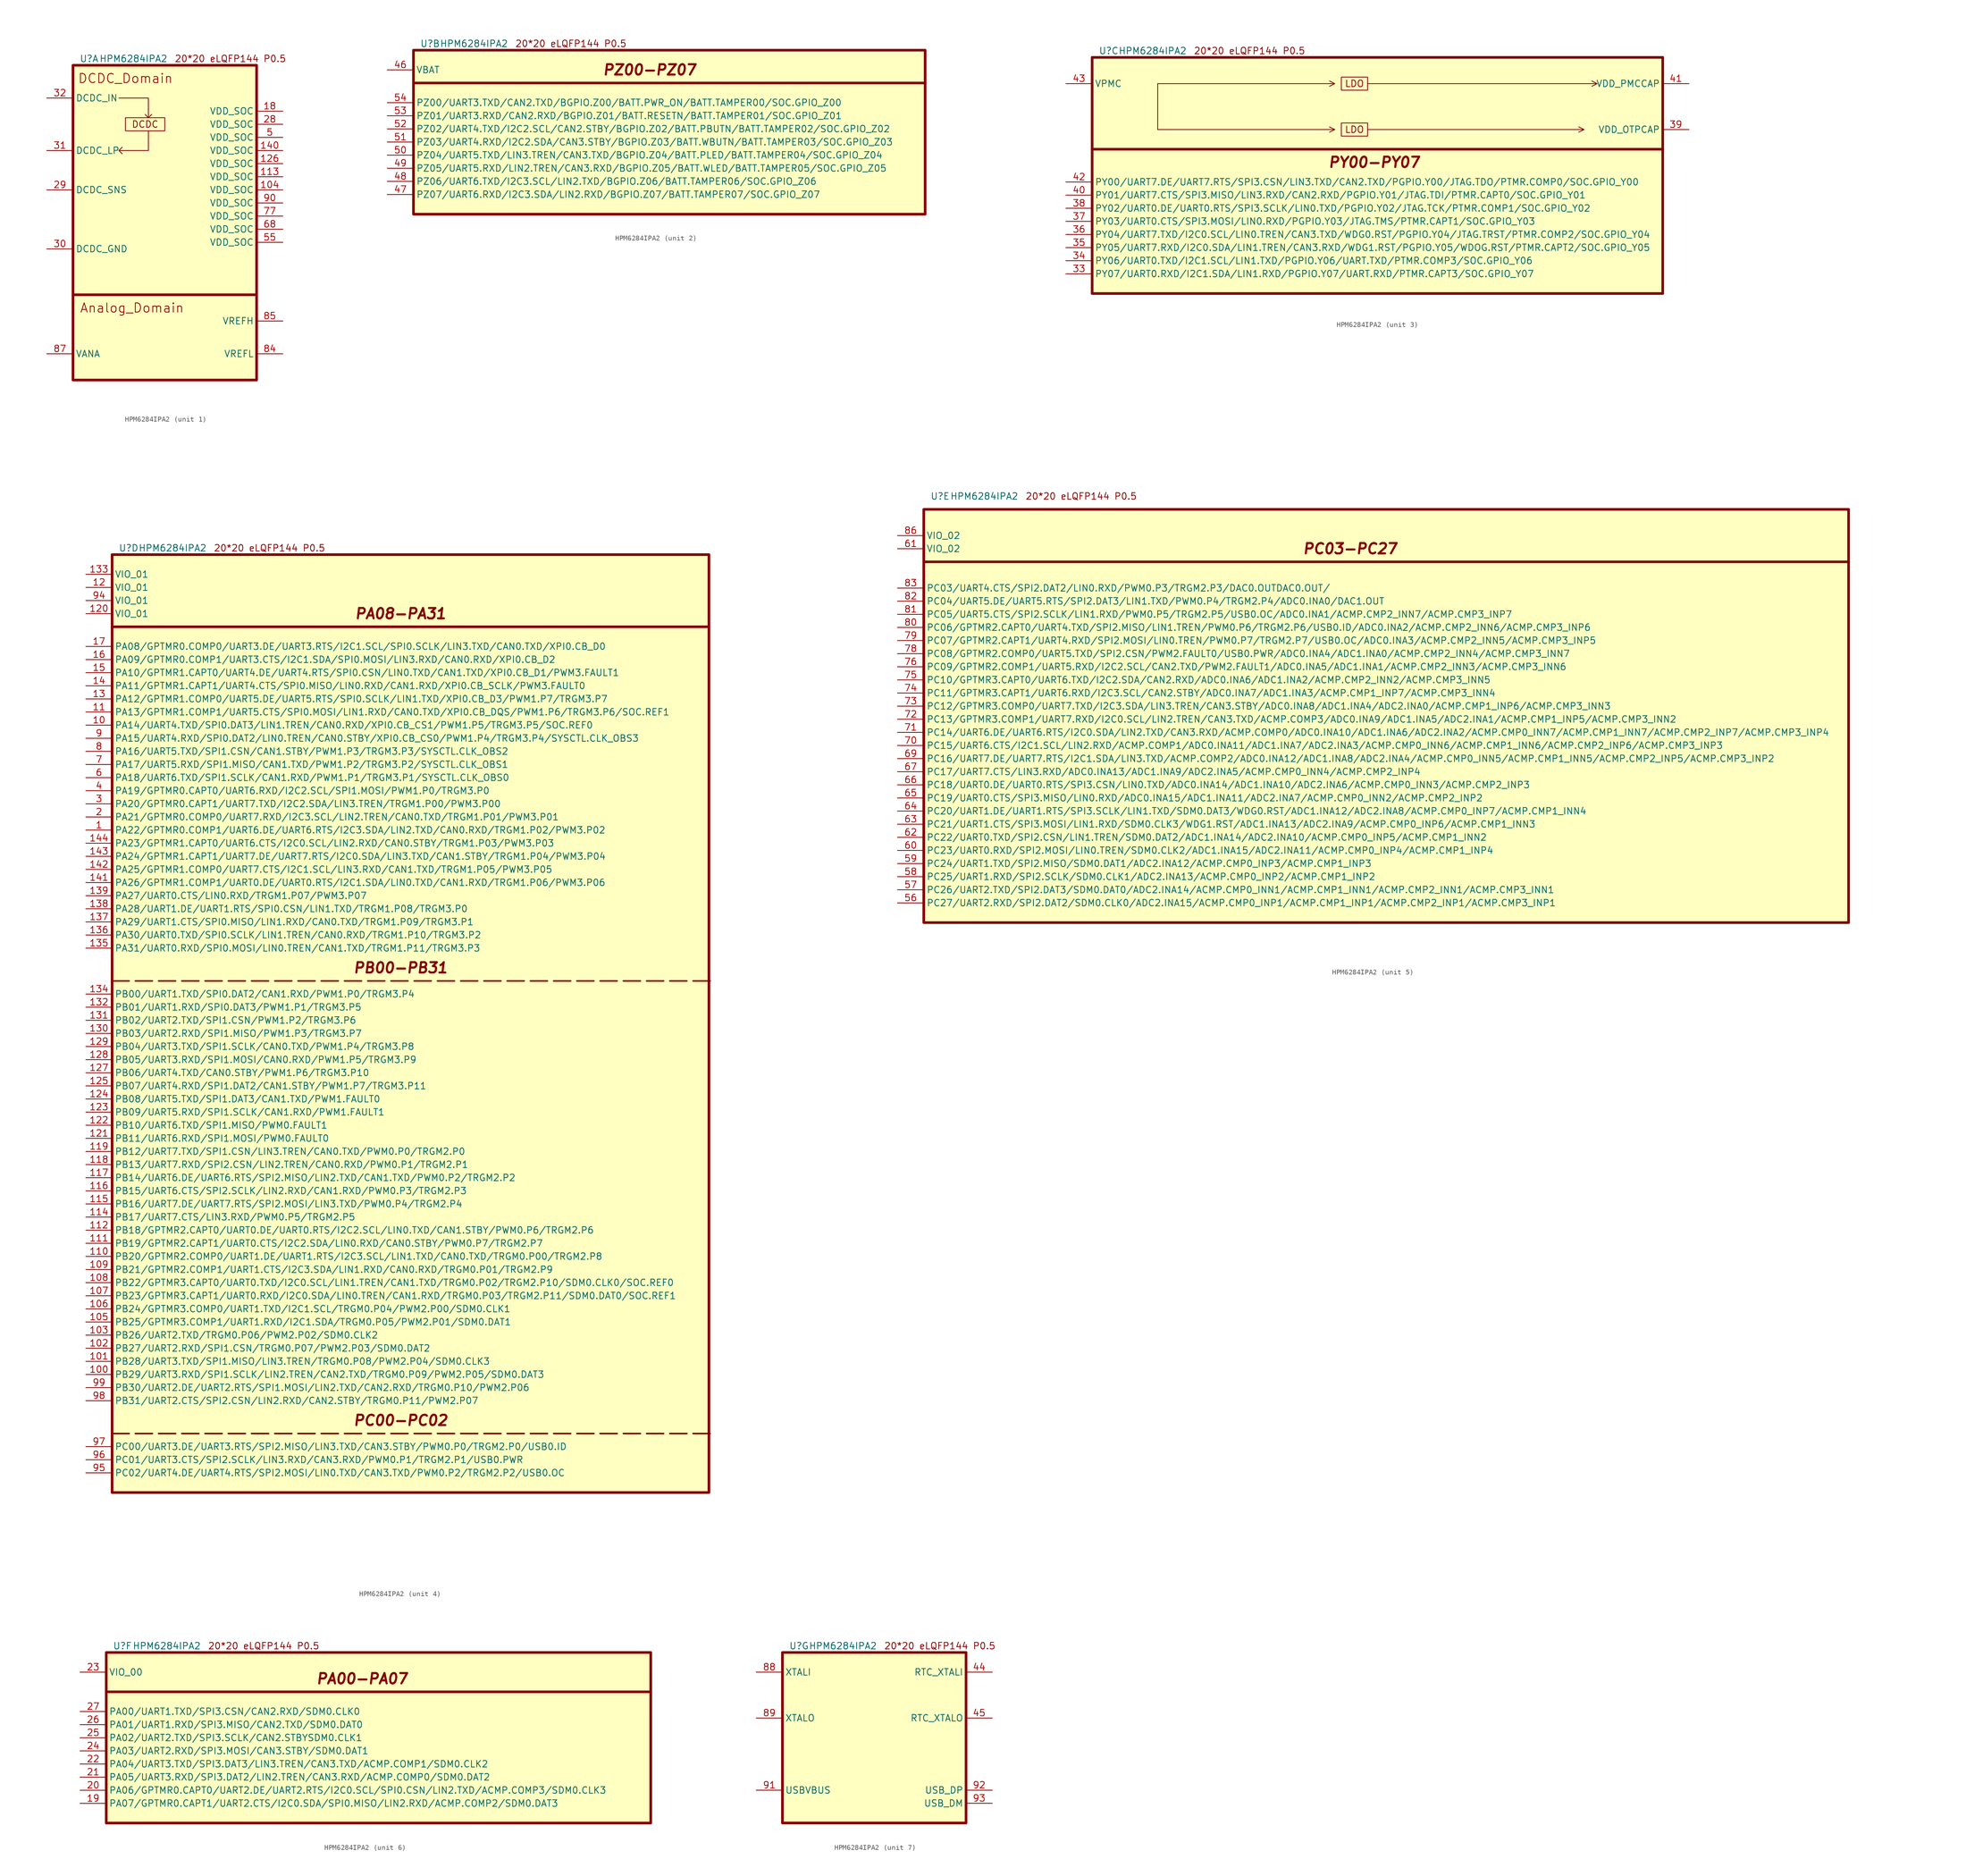
<source format=kicad_sym>
(kicad_symbol_lib
  (version 20220914)
  (generator kicad_symbol_editor)
  (symbol "HPM6284IPA2"
    (property "Reference" "U"
      (at 1.27 1.27 0)
      (effects (font (size 1.27 1.27)) (justify left)))
    (property "Value" "HPM6284IPA2"
      (at 5.08 1.27 0)
      (effects (font (size 1.27 1.27)) (justify left)))
    (property "ki_locked" ""
      (at 0 0 0)
      (effects (font (size 1.27 1.27))))
    (symbol "HPM6284IPA2_0_0"
      (text "20*20 eLQFP144 P0.5" (at 30.48 1.27 0) (effects (font (size 1.27 1.27)))))
    (symbol "HPM6284IPA2_1_1"
      (polyline (pts (xy 0 -44.45) (xy 35.56 -44.45)) (stroke (width 0.508) (type default)) (fill (type none)))
      (polyline (pts (xy 8.89 -6.35) (xy 14.605 -6.35) (xy 14.605 -10.16) (xy 13.97 -9.525) (xy 14.605 -10.16) (xy 15.24 -9.525)) (stroke (width 0) (type default)) (fill (type none)))
      (polyline (pts (xy 14.605 -12.7) (xy 14.605 -16.51) (xy 8.89 -16.51) (xy 9.525 -15.875) (xy 8.89 -16.51) (xy 9.525 -17.145)) (stroke (width 0) (type default)) (fill (type none)))
      (rectangle (start 0 0) (end 35.56 -60.96) (stroke (width 0.508) (type default)) (fill (type background)))
      (rectangle (start 10.16 -10.16) (end 17.78 -12.7) (stroke (width 0) (type default)) (fill (type none)))
      (text "Analog_Domain" (at 11.43 -46.99 0) (effects (font (size 1.778 1.778))))
      (text "DCDC" (at 13.97 -11.43 0) (effects (font (size 1.27 1.27))))
      (text "DCDC_Domain" (at 10.16 -2.54 0) (effects (font (size 1.778 1.778))))
      (pin power_in line (at 40.64 -24.13 180) (length 5.08) (name "VDD_SOC" (effects (font (size 1.27 1.27)))) (number "104" (effects (font (size 1.27 1.27)))))
      (pin power_in line (at 40.64 -21.59 180) (length 5.08) (name "VDD_SOC" (effects (font (size 1.27 1.27)))) (number "113" (effects (font (size 1.27 1.27)))))
      (pin power_in line (at 40.64 -19.05 180) (length 5.08) (name "VDD_SOC" (effects (font (size 1.27 1.27)))) (number "126" (effects (font (size 1.27 1.27)))))
      (pin power_in line (at 40.64 -16.51 180) (length 5.08) (name "VDD_SOC" (effects (font (size 1.27 1.27)))) (number "140" (effects (font (size 1.27 1.27)))))
      (pin power_in line (at 40.64 -8.89 180) (length 5.08) (name "VDD_SOC" (effects (font (size 1.27 1.27)))) (number "18" (effects (font (size 1.27 1.27)))))
      (pin power_in line (at 40.64 -11.43 180) (length 5.08) (name "VDD_SOC" (effects (font (size 1.27 1.27)))) (number "28" (effects (font (size 1.27 1.27)))))
      (pin input line (at -5.08 -24.13 0) (length 5.08) (name "DCDC_SNS" (effects (font (size 1.27 1.27)))) (number "29" (effects (font (size 1.27 1.27)))))
      (pin power_out line (at -5.08 -35.56 0) (length 5.08) (name "DCDC_GND" (effects (font (size 1.27 1.27)))) (number "30" (effects (font (size 1.27 1.27)))))
      (pin power_out line (at -5.08 -16.51 0) (length 5.08) (name "DCDC_LP" (effects (font (size 1.27 1.27)))) (number "31" (effects (font (size 1.27 1.27)))))
      (pin power_in line (at -5.08 -6.35 0) (length 5.08) (name "DCDC_IN" (effects (font (size 1.27 1.27)))) (number "32" (effects (font (size 1.27 1.27)))))
      (pin power_in line (at 40.64 -13.97 180) (length 5.08) (name "VDD_SOC" (effects (font (size 1.27 1.27)))) (number "5" (effects (font (size 1.27 1.27)))))
      (pin power_in line (at 40.64 -34.29 180) (length 5.08) (name "VDD_SOC" (effects (font (size 1.27 1.27)))) (number "55" (effects (font (size 1.27 1.27)))))
      (pin power_in line (at 40.64 -31.75 180) (length 5.08) (name "VDD_SOC" (effects (font (size 1.27 1.27)))) (number "68" (effects (font (size 1.27 1.27)))))
      (pin power_in line (at 40.64 -29.21 180) (length 5.08) (name "VDD_SOC" (effects (font (size 1.27 1.27)))) (number "77" (effects (font (size 1.27 1.27)))))
      (pin power_out line (at 40.64 -55.88 180) (length 5.08) (name "VREFL" (effects (font (size 1.27 1.27)))) (number "84" (effects (font (size 1.27 1.27)))))
      (pin power_in line (at 40.64 -49.53 180) (length 5.08) (name "VREFH" (effects (font (size 1.27 1.27)))) (number "85" (effects (font (size 1.27 1.27)))))
      (pin power_in line (at -5.08 -55.88 0) (length 5.08) (name "VANA" (effects (font (size 1.27 1.27)))) (number "87" (effects (font (size 1.27 1.27)))))
      (pin power_in line (at 40.64 -26.67 180) (length 5.08) (name "VDD_SOC" (effects (font (size 1.27 1.27)))) (number "90" (effects (font (size 1.27 1.27))))))
    (symbol "HPM6284IPA2_2_1"
      (polyline (pts (xy 0 -6.35) (xy 99.06 -6.35)) (stroke (width 0.5) (type default)) (fill (type none)))
      (rectangle (start 0 0) (end 99.06 -31.75) (stroke (width 0.508) (type default)) (fill (type background)))
      (text "PZ00-PZ07" (at 45.72 -3.81 0) (effects (font (face "KiCad Font") (size 2 2) bold italic)))
      (pin power_in line (at -5.08 -3.81 0) (length 5.08) (name "VBAT" (effects (font (size 1.27 1.27)))) (number "46" (effects (font (size 1.27 1.27)))))
      (pin bidirectional line (at -5.08 -27.94 0) (length 5.08) (name "PZ07/UART6.RXD/I2C3.SDA/LIN2.RXD/BGPIO.Z07/BATT.TAMPER07/SOC.GPIO_Z07" (effects (font (size 1.27 1.27)))) (number "47" (effects (font (size 1.27 1.27)))))
      (pin bidirectional line (at -5.08 -25.4 0) (length 5.08) (name "PZ06/UART6.TXD/I2C3.SCL/LIN2.TXD/BGPIO.Z06/BATT.TAMPER06/SOC.GPIO_Z06" (effects (font (size 1.27 1.27)))) (number "48" (effects (font (size 1.27 1.27)))))
      (pin bidirectional line (at -5.08 -22.86 0) (length 5.08) (name "PZ05/UART5.RXD/LIN2.TREN/CAN3.RXD/BGPIO.Z05/BATT.WLED/BATT.TAMPER05/SOC.GPIO_Z05" (effects (font (size 1.27 1.27)))) (number "49" (effects (font (size 1.27 1.27)))))
      (pin bidirectional line (at -5.08 -20.32 0) (length 5.08) (name "PZ04/UART5.TXD/LIN3.TREN/CAN3.TXD/BGPIO.Z04/BATT.PLED/BATT.TAMPER04/SOC.GPIO_Z04" (effects (font (size 1.27 1.27)))) (number "50" (effects (font (size 1.27 1.27)))))
      (pin bidirectional line (at -5.08 -17.78 0) (length 5.08) (name "PZ03/UART4.RXD/I2C2.SDA/CAN3.STBY/BGPIO.Z03/BATT.WBUTN/BATT.TAMPER03/SOC.GPIO_Z03" (effects (font (size 1.27 1.27)))) (number "51" (effects (font (size 1.27 1.27)))))
      (pin bidirectional line (at -5.08 -15.24 0) (length 5.08) (name "PZ02/UART4.TXD/I2C2.SCL/CAN2.STBY/BGPIO.Z02/BATT.PBUTN/BATT.TAMPER02/SOC.GPIO_Z02" (effects (font (size 1.27 1.27)))) (number "52" (effects (font (size 1.27 1.27)))))
      (pin bidirectional line (at -5.08 -12.7 0) (length 5.08) (name "PZ01/UART3.RXD/CAN2.RXD/BGPIO.Z01/BATT.RESETN/BATT.TAMPER01/SOC.GPIO_Z01" (effects (font (size 1.27 1.27)))) (number "53" (effects (font (size 1.27 1.27)))))
      (pin bidirectional line (at -5.08 -10.16 0) (length 5.08) (name "PZ00/UART3.TXD/CAN2.TXD/BGPIO.Z00/BATT.PWR_ON/BATT.TAMPER00/SOC.GPIO_Z00" (effects (font (size 1.27 1.27)))) (number "54" (effects (font (size 1.27 1.27))))))
    (symbol "HPM6284IPA2_3_0"
      (polyline (pts (xy 12.7 -13.97) (xy 46.99 -13.97) (xy 45.974 -13.462) (xy 46.99 -13.97) (xy 45.974 -14.478)) (stroke (width 0) (type default)) (fill (type none)))
      (polyline (pts (xy 12.7 -5.08) (xy 46.99 -5.08) (xy 45.974 -4.572) (xy 46.99 -5.08) (xy 45.974 -5.588)) (stroke (width 0) (type default)) (fill (type none)))
      (polyline (pts (xy 53.34 -13.97) (xy 95.25 -13.97) (xy 94.234 -13.462) (xy 95.25 -13.97) (xy 94.234 -14.478)) (stroke (width 0) (type default)) (fill (type none)))
      (polyline (pts (xy 53.34 -5.08) (xy 97.79 -5.08) (xy 96.774 -4.572) (xy 97.79 -5.08) (xy 96.774 -5.588)) (stroke (width 0) (type default)) (fill (type none))))
    (symbol "HPM6284IPA2_3_1"
      (polyline (pts (xy 0 -17.78) (xy 110.49 -17.78)) (stroke (width 0.508) (type default)) (fill (type none)))
      (polyline (pts (xy 12.7 -12.7) (xy 12.7 -5.08) (xy 12.7 -13.97)) (stroke (width 0) (type default)) (fill (type none)))
      (rectangle (start 0 0) (end 110.49 -45.72) (stroke (width 0.508) (type default)) (fill (type background)))
      (rectangle (start 48.26 -12.7) (end 53.34 -15.24) (stroke (width 0) (type default)) (fill (type none)))
      (rectangle (start 48.26 -3.81) (end 53.34 -6.35) (stroke (width 0) (type default)) (fill (type none)))
      (text "LDO" (at 50.8 -13.97 0) (effects (font (size 1.27 1.27))))
      (text "LDO" (at 50.8 -5.08 0) (effects (font (size 1.27 1.27))))
      (text "PY00-PY07" (at 54.61 -20.32 0) (effects (font (face "KiCad Font") (size 2 2) bold italic)))
      (pin bidirectional line (at -5.08 -41.91 0) (length 5.08) (name "PY07/UART0.RXD/I2C1.SDA/LIN1.RXD/PGPIO.Y07/UART.RXD/PTMR.CAPT3/SOC.GPIO_Y07" (effects (font (size 1.27 1.27)))) (number "33" (effects (font (size 1.27 1.27)))))
      (pin bidirectional line (at -5.08 -39.37 0) (length 5.08) (name "PY06/UART0.TXD/I2C1.SCL/LIN1.TXD/PGPIO.Y06/UART.TXD/PTMR.COMP3/SOC.GPIO_Y06" (effects (font (size 1.27 1.27)))) (number "34" (effects (font (size 1.27 1.27)))))
      (pin bidirectional line (at -5.08 -36.83 0) (length 5.08) (name "PY05/UART7.RXD/I2C0.SDA/LIN1.TREN/CAN3.RXD/WDG1.RST/PGPIO.Y05/WDOG.RST/PTMR.CAPT2/SOC.GPIO_Y05" (effects (font (size 1.27 1.27)))) (number "35" (effects (font (size 1.27 1.27)))))
      (pin bidirectional line (at -5.08 -34.29 0) (length 5.08) (name "PY04/UART7.TXD/I2C0.SCL/LIN0.TREN/CAN3.TXD/WDG0.RST/PGPIO.Y04/JTAG.TRST/PTMR.COMP2/SOC.GPIO_Y04" (effects (font (size 1.27 1.27)))) (number "36" (effects (font (size 1.27 1.27)))))
      (pin bidirectional line (at -5.08 -31.75 0) (length 5.08) (name "PY03/UART0.CTS/SPI3.MOSI/LIN0.RXD/PGPIO.Y03/JTAG.TMS/PTMR.CAPT1/SOC.GPIO_Y03" (effects (font (size 1.27 1.27)))) (number "37" (effects (font (size 1.27 1.27)))))
      (pin bidirectional line (at -5.08 -29.21 0) (length 5.08) (name "PY02/UART0.DE/UART0.RTS/SPI3.SCLK/LIN0.TXD/PGPIO.Y02/JTAG.TCK/PTMR.COMP1/SOC.GPIO_Y02" (effects (font (size 1.27 1.27)))) (number "38" (effects (font (size 1.27 1.27)))))
      (pin power_out line (at 115.57 -13.97 180) (length 5.08) (name "VDD_OTPCAP" (effects (font (size 1.27 1.27)))) (number "39" (effects (font (size 1.27 1.27)))))
      (pin bidirectional line (at -5.08 -26.67 0) (length 5.08) (name "PY01/UART7.CTS/SPI3.MISO/LIN3.RXD/CAN2.RXD/PGPIO.Y01/JTAG.TDI/PTMR.CAPT0/SOC.GPIO_Y01" (effects (font (size 1.27 1.27)))) (number "40" (effects (font (size 1.27 1.27)))))
      (pin power_out line (at 115.57 -5.08 180) (length 5.08) (name "VDD_PMCCAP" (effects (font (size 1.27 1.27)))) (number "41" (effects (font (size 1.27 1.27)))))
      (pin bidirectional line (at -5.08 -24.13 0) (length 5.08) (name "PY00/UART7.DE/UART7.RTS/SPI3.CSN/LIN3.TXD/CAN2.TXD/PGPIO.Y00/JTAG.TDO/PTMR.COMP0/SOC.GPIO_Y00" (effects (font (size 1.27 1.27)))) (number "42" (effects (font (size 1.27 1.27)))))
      (pin power_in line (at -5.08 -5.08 0) (length 5.08) (name "VPMC" (effects (font (size 1.27 1.27)))) (number "43" (effects (font (size 1.27 1.27))))))
    (symbol "HPM6284IPA2_4_1"
      (polyline (pts (xy 0 -170.18) (xy 116.84 -170.18)) (stroke (width 0.3) (type dash)) (fill (type none)))
      (polyline (pts (xy 0 -82.55) (xy 116.84 -82.55)) (stroke (width 0.3) (type dash)) (fill (type none)))
      (polyline (pts (xy 0 -13.97) (xy 115.57 -13.97)) (stroke (width 0.5) (type default)) (fill (type none)))
      (rectangle (start 0 0) (end 115.57 -181.61) (stroke (width 0.508) (type default)) (fill (type background)))
      (text "PA08-PA31" (at 55.88 -11.43 0) (effects (font (face "KiCad Font") (size 2 2) bold italic)))
      (text "PB00-PB31" (at 55.88 -80.01 0) (effects (font (face "KiCad Font") (size 2 2) bold italic)))
      (text "PC00-PC02" (at 55.88 -167.64 0) (effects (font (face "KiCad Font") (size 2 2) bold italic)))
      (pin bidirectional line (at -5.08 -53.34 0) (length 5.08) (name "PA22/GPTMR0.COMP1/UART6.DE/UART6.RTS/I2C3.SDA/LIN2.TXD/CAN0.RXD/TRGM1.P02/PWM3.P02" (effects (font (size 1.27 1.27)))) (number "1" (effects (font (size 1.27 1.27)))))
      (pin bidirectional line (at -5.08 -33.02 0) (length 5.08) (name "PA14/UART4.TXD/SPI0.DAT3/LIN1.TREN/CAN0.RXD/XPI0.CB_CS1/PWM1.P5/TRGM3.P5/SOC.REF0" (effects (font (size 1.27 1.27)))) (number "10" (effects (font (size 1.27 1.27)))))
      (pin bidirectional line (at -5.08 -158.75 0) (length 5.08) (name "PB29/UART3.RXD/SPI1.SCLK/LIN2.TREN/CAN2.TXD/TRGM0.P09/PWM2.P05/SDM0.DAT3" (effects (font (size 1.27 1.27)))) (number "100" (effects (font (size 1.27 1.27)))))
      (pin bidirectional line (at -5.08 -156.21 0) (length 5.08) (name "PB28/UART3.TXD/SPI1.MISO/LIN3.TREN/TRGM0.P08/PWM2.P04/SDM0.CLK3" (effects (font (size 1.27 1.27)))) (number "101" (effects (font (size 1.27 1.27)))))
      (pin bidirectional line (at -5.08 -153.67 0) (length 5.08) (name "PB27/UART2.RXD/SPI1.CSN/TRGM0.P07/PWM2.P03/SDM0.DAT2" (effects (font (size 1.27 1.27)))) (number "102" (effects (font (size 1.27 1.27)))))
      (pin bidirectional line (at -5.08 -151.13 0) (length 5.08) (name "PB26/UART2.TXD/TRGM0.P06/PWM2.P02/SDM0.CLK2" (effects (font (size 1.27 1.27)))) (number "103" (effects (font (size 1.27 1.27)))))
      (pin bidirectional line (at -5.08 -148.59 0) (length 5.08) (name "PB25/GPTMR3.COMP1/UART1.RXD/I2C1.SDA/TRGM0.P05/PWM2.P01/SDM0.DAT1" (effects (font (size 1.27 1.27)))) (number "105" (effects (font (size 1.27 1.27)))))
      (pin bidirectional line (at -5.08 -146.05 0) (length 5.08) (name "PB24/GPTMR3.COMP0/UART1.TXD/I2C1.SCL/TRGM0.P04/PWM2.P00/SDM0.CLK1" (effects (font (size 1.27 1.27)))) (number "106" (effects (font (size 1.27 1.27)))))
      (pin bidirectional line (at -5.08 -143.51 0) (length 5.08) (name "PB23/GPTMR3.CAPT1/UART0.RXD/I2C0.SDA/LIN0.TREN/CAN1.RXD/TRGM0.P03/TRGM2.P11/SDM0.DAT0/SOC.REF1" (effects (font (size 1.27 1.27)))) (number "107" (effects (font (size 1.27 1.27)))))
      (pin bidirectional line (at -5.08 -140.97 0) (length 5.08) (name "PB22/GPTMR3.CAPT0/UART0.TXD/I2C0.SCL/LIN1.TREN/CAN1.TXD/TRGM0.P02/TRGM2.P10/SDM0.CLK0/SOC.REF0" (effects (font (size 1.27 1.27)))) (number "108" (effects (font (size 1.27 1.27)))))
      (pin bidirectional line (at -5.08 -138.43 0) (length 5.08) (name "PB21/GPTMR2.COMP1/UART1.CTS/I2C3.SDA/LIN1.RXD/CAN0.RXD/TRGM0.P01/TRGM2.P9" (effects (font (size 1.27 1.27)))) (number "109" (effects (font (size 1.27 1.27)))))
      (pin bidirectional line (at -5.08 -30.48 0) (length 5.08) (name "PA13/GPTMR1.COMP1/UART5.CTS/SPI0.MOSI/LIN1.RXD/CAN0.TXD/XPI0.CB_DQS/PWM1.P6/TRGM3.P6/SOC.REF1" (effects (font (size 1.27 1.27)))) (number "11" (effects (font (size 1.27 1.27)))))
      (pin bidirectional line (at -5.08 -135.89 0) (length 5.08) (name "PB20/GPTMR2.COMP0/UART1.DE/UART1.RTS/I2C3.SCL/LIN1.TXD/CAN0.TXD/TRGM0.P00/TRGM2.P8" (effects (font (size 1.27 1.27)))) (number "110" (effects (font (size 1.27 1.27)))))
      (pin bidirectional line (at -5.08 -133.35 0) (length 5.08) (name "PB19/GPTMR2.CAPT1/UART0.CTS/I2C2.SDA/LIN0.RXD/CAN0.STBY/PWM0.P7/TRGM2.P7" (effects (font (size 1.27 1.27)))) (number "111" (effects (font (size 1.27 1.27)))))
      (pin bidirectional line (at -5.08 -130.81 0) (length 5.08) (name "PB18/GPTMR2.CAPT0/UART0.DE/UART0.RTS/I2C2.SCL/LIN0.TXD/CAN1.STBY/PWM0.P6/TRGM2.P6" (effects (font (size 1.27 1.27)))) (number "112" (effects (font (size 1.27 1.27)))))
      (pin bidirectional line (at -5.08 -128.27 0) (length 5.08) (name "PB17/UART7.CTS/LIN3.RXD/PWM0.P5/TRGM2.P5" (effects (font (size 1.27 1.27)))) (number "114" (effects (font (size 1.27 1.27)))))
      (pin bidirectional line (at -5.08 -125.73 0) (length 5.08) (name "PB16/UART7.DE/UART7.RTS/SPI2.MOSI/LIN3.TXD/PWM0.P4/TRGM2.P4" (effects (font (size 1.27 1.27)))) (number "115" (effects (font (size 1.27 1.27)))))
      (pin bidirectional line (at -5.08 -123.19 0) (length 5.08) (name "PB15/UART6.CTS/SPI2.SCLK/LIN2.RXD/CAN1.RXD/PWM0.P3/TRGM2.P3" (effects (font (size 1.27 1.27)))) (number "116" (effects (font (size 1.27 1.27)))))
      (pin bidirectional line (at -5.08 -120.65 0) (length 5.08) (name "PB14/UART6.DE/UART6.RTS/SPI2.MISO/LIN2.TXD/CAN1.TXD/PWM0.P2/TRGM2.P2" (effects (font (size 1.27 1.27)))) (number "117" (effects (font (size 1.27 1.27)))))
      (pin bidirectional line (at -5.08 -118.11 0) (length 5.08) (name "PB13/UART7.RXD/SPI2.CSN/LIN2.TREN/CAN0.RXD/PWM0.P1/TRGM2.P1" (effects (font (size 1.27 1.27)))) (number "118" (effects (font (size 1.27 1.27)))))
      (pin bidirectional line (at -5.08 -115.57 0) (length 5.08) (name "PB12/UART7.TXD/SPI1.CSN/LIN3.TREN/CAN0.TXD/PWM0.P0/TRGM2.P0" (effects (font (size 1.27 1.27)))) (number "119" (effects (font (size 1.27 1.27)))))
      (pin power_in line (at -5.08 -6.35 0) (length 5.08) (name "VIO_01" (effects (font (size 1.27 1.27)))) (number "12" (effects (font (size 1.27 1.27)))))
      (pin power_in line (at -5.08 -11.43 0) (length 5.08) (name "VIO_01" (effects (font (size 1.27 1.27)))) (number "120" (effects (font (size 1.27 1.27)))))
      (pin bidirectional line (at -5.08 -113.03 0) (length 5.08) (name "PB11/UART6.RXD/SPI1.MOSI/PWM0.FAULT0" (effects (font (size 1.27 1.27)))) (number "121" (effects (font (size 1.27 1.27)))))
      (pin bidirectional line (at -5.08 -110.49 0) (length 5.08) (name "PB10/UART6.TXD/SPI1.MISO/PWM0.FAULT1" (effects (font (size 1.27 1.27)))) (number "122" (effects (font (size 1.27 1.27)))))
      (pin bidirectional line (at -5.08 -107.95 0) (length 5.08) (name "PB09/UART5.RXD/SPI1.SCLK/CAN1.RXD/PWM1.FAULT1" (effects (font (size 1.27 1.27)))) (number "123" (effects (font (size 1.27 1.27)))))
      (pin bidirectional line (at -5.08 -105.41 0) (length 5.08) (name "PB08/UART5.TXD/SPI1.DAT3/CAN1.TXD/PWM1.FAULT0" (effects (font (size 1.27 1.27)))) (number "124" (effects (font (size 1.27 1.27)))))
      (pin bidirectional line (at -5.08 -102.87 0) (length 5.08) (name "PB07/UART4.RXD/SPI1.DAT2/CAN1.STBY/PWM1.P7/TRGM3.P11" (effects (font (size 1.27 1.27)))) (number "125" (effects (font (size 1.27 1.27)))))
      (pin bidirectional line (at -5.08 -100.33 0) (length 5.08) (name "PB06/UART4.TXD/CAN0.STBY/PWM1.P6/TRGM3.P10" (effects (font (size 1.27 1.27)))) (number "127" (effects (font (size 1.27 1.27)))))
      (pin bidirectional line (at -5.08 -97.79 0) (length 5.08) (name "PB05/UART3.RXD/SPI1.MOSI/CAN0.RXD/PWM1.P5/TRGM3.P9" (effects (font (size 1.27 1.27)))) (number "128" (effects (font (size 1.27 1.27)))))
      (pin bidirectional line (at -5.08 -95.25 0) (length 5.08) (name "PB04/UART3.TXD/SPI1.SCLK/CAN0.TXD/PWM1.P4/TRGM3.P8" (effects (font (size 1.27 1.27)))) (number "129" (effects (font (size 1.27 1.27)))))
      (pin bidirectional line (at -5.08 -27.94 0) (length 5.08) (name "PA12/GPTMR1.COMP0/UART5.DE/UART5.RTS/SPI0.SCLK/LIN1.TXD/XPI0.CB_D3/PWM1.P7/TRGM3.P7" (effects (font (size 1.27 1.27)))) (number "13" (effects (font (size 1.27 1.27)))))
      (pin bidirectional line (at -5.08 -92.71 0) (length 5.08) (name "PB03/UART2.RXD/SPI1.MISO/PWM1.P3/TRGM3.P7" (effects (font (size 1.27 1.27)))) (number "130" (effects (font (size 1.27 1.27)))))
      (pin bidirectional line (at -5.08 -90.17 0) (length 5.08) (name "PB02/UART2.TXD/SPI1.CSN/PWM1.P2/TRGM3.P6" (effects (font (size 1.27 1.27)))) (number "131" (effects (font (size 1.27 1.27)))))
      (pin bidirectional line (at -5.08 -87.63 0) (length 5.08) (name "PB01/UART1.RXD/SPI0.DAT3/PWM1.P1/TRGM3.P5" (effects (font (size 1.27 1.27)))) (number "132" (effects (font (size 1.27 1.27)))))
      (pin power_in line (at -5.08 -3.81 0) (length 5.08) (name "VIO_01" (effects (font (size 1.27 1.27)))) (number "133" (effects (font (size 1.27 1.27)))))
      (pin bidirectional line (at -5.08 -85.09 0) (length 5.08) (name "PB00/UART1.TXD/SPI0.DAT2/CAN1.RXD/PWM1.P0/TRGM3.P4" (effects (font (size 1.27 1.27)))) (number "134" (effects (font (size 1.27 1.27)))))
      (pin bidirectional line (at -5.08 -76.2 0) (length 5.08) (name "PA31/UART0.RXD/SPI0.MOSI/LIN0.TREN/CAN1.TXD/TRGM1.P11/TRGM3.P3" (effects (font (size 1.27 1.27)))) (number "135" (effects (font (size 1.27 1.27)))))
      (pin bidirectional line (at -5.08 -73.66 0) (length 5.08) (name "PA30/UART0.TXD/SPI0.SCLK/LIN1.TREN/CAN0.RXD/TRGM1.P10/TRGM3.P2" (effects (font (size 1.27 1.27)))) (number "136" (effects (font (size 1.27 1.27)))))
      (pin bidirectional line (at -5.08 -71.12 0) (length 5.08) (name "PA29/UART1.CTS/SPI0.MISO/LIN1.RXD/CAN0.TXD/TRGM1.P09/TRGM3.P1" (effects (font (size 1.27 1.27)))) (number "137" (effects (font (size 1.27 1.27)))))
      (pin bidirectional line (at -5.08 -68.58 0) (length 5.08) (name "PA28/UART1.DE/UART1.RTS/SPI0.CSN/LIN1.TXD/TRGM1.P08/TRGM3.P0" (effects (font (size 1.27 1.27)))) (number "138" (effects (font (size 1.27 1.27)))))
      (pin bidirectional line (at -5.08 -66.04 0) (length 5.08) (name "PA27/UART0.CTS/LIN0.RXD/TRGM1.P07/PWM3.P07" (effects (font (size 1.27 1.27)))) (number "139" (effects (font (size 1.27 1.27)))))
      (pin bidirectional line (at -5.08 -25.4 0) (length 5.08) (name "PA11/GPTMR1.CAPT1/UART4.CTS/SPI0.MISO/LIN0.RXD/CAN1.RXD/XPI0.CB_SCLK/PWM3.FAULT0" (effects (font (size 1.27 1.27)))) (number "14" (effects (font (size 1.27 1.27)))))
      (pin bidirectional line (at -5.08 -63.5 0) (length 5.08) (name "PA26/GPTMR1.COMP1/UART0.DE/UART0.RTS/I2C1.SDA/LIN0.TXD/CAN1.RXD/TRGM1.P06/PWM3.P06" (effects (font (size 1.27 1.27)))) (number "141" (effects (font (size 1.27 1.27)))))
      (pin bidirectional line (at -5.08 -60.96 0) (length 5.08) (name "PA25/GPTMR1.COMP0/UART7.CTS/I2C1.SCL/LIN3.RXD/CAN1.TXD/TRGM1.P05/PWM3.P05" (effects (font (size 1.27 1.27)))) (number "142" (effects (font (size 1.27 1.27)))))
      (pin bidirectional line (at -5.08 -58.42 0) (length 5.08) (name "PA24/GPTMR1.CAPT1/UART7.DE/UART7.RTS/I2C0.SDA/LIN3.TXD/CAN1.STBY/TRGM1.P04/PWM3.P04" (effects (font (size 1.27 1.27)))) (number "143" (effects (font (size 1.27 1.27)))))
      (pin bidirectional line (at -5.08 -55.88 0) (length 5.08) (name "PA23/GPTMR1.CAPT0/UART6.CTS/I2C0.SCL/LIN2.RXD/CAN0.STBY/TRGM1.P03/PWM3.P03" (effects (font (size 1.27 1.27)))) (number "144" (effects (font (size 1.27 1.27)))))
      (pin bidirectional line (at -5.08 -22.86 0) (length 5.08) (name "PA10/GPTMR1.CAPT0/UART4.DE/UART4.RTS/SPI0.CSN/LIN0.TXD/CAN1.TXD/XPI0.CB_D1/PWM3.FAULT1" (effects (font (size 1.27 1.27)))) (number "15" (effects (font (size 1.27 1.27)))))
      (pin bidirectional line (at -5.08 -20.32 0) (length 5.08) (name "PA09/GPTMR0.COMP1/UART3.CTS/I2C1.SDA/SPI0.MOSI/LIN3.RXD/CAN0.RXD/XPI0.CB_D2" (effects (font (size 1.27 1.27)))) (number "16" (effects (font (size 1.27 1.27)))))
      (pin bidirectional line (at -5.08 -17.78 0) (length 5.08) (name "PA08/GPTMR0.COMP0/UART3.DE/UART3.RTS/I2C1.SCL/SPI0.SCLK/LIN3.TXD/CAN0.TXD/XPI0.CB_D0" (effects (font (size 1.27 1.27)))) (number "17" (effects (font (size 1.27 1.27)))))
      (pin bidirectional line (at -5.08 -50.8 0) (length 5.08) (name "PA21/GPTMR0.COMP0/UART7.RXD/I2C3.SCL/LIN2.TREN/CAN0.TXD/TRGM1.P01/PWM3.P01" (effects (font (size 1.27 1.27)))) (number "2" (effects (font (size 1.27 1.27)))))
      (pin bidirectional line (at -5.08 -48.26 0) (length 5.08) (name "PA20/GPTMR0.CAPT1/UART7.TXD/I2C2.SDA/LIN3.TREN/TRGM1.P00/PWM3.P00" (effects (font (size 1.27 1.27)))) (number "3" (effects (font (size 1.27 1.27)))))
      (pin bidirectional line (at -5.08 -45.72 0) (length 5.08) (name "PA19/GPTMR0.CAPT0/UART6.RXD/I2C2.SCL/SPI1.MOSI/PWM1.P0/TRGM3.P0" (effects (font (size 1.27 1.27)))) (number "4" (effects (font (size 1.27 1.27)))))
      (pin bidirectional line (at -5.08 -43.18 0) (length 5.08) (name "PA18/UART6.TXD/SPI1.SCLK/CAN1.RXD/PWM1.P1/TRGM3.P1/SYSCTL.CLK_OBS0" (effects (font (size 1.27 1.27)))) (number "6" (effects (font (size 1.27 1.27)))))
      (pin bidirectional line (at -5.08 -40.64 0) (length 5.08) (name "PA17/UART5.RXD/SPI1.MISO/CAN1.TXD/PWM1.P2/TRGM3.P2/SYSCTL.CLK_OBS1" (effects (font (size 1.27 1.27)))) (number "7" (effects (font (size 1.27 1.27)))))
      (pin bidirectional line (at -5.08 -38.1 0) (length 5.08) (name "PA16/UART5.TXD/SPI1.CSN/CAN1.STBY/PWM1.P3/TRGM3.P3/SYSCTL.CLK_OBS2" (effects (font (size 1.27 1.27)))) (number "8" (effects (font (size 1.27 1.27)))))
      (pin bidirectional line (at -5.08 -35.56 0) (length 5.08) (name "PA15/UART4.RXD/SPI0.DAT2/LIN0.TREN/CAN0.STBY/XPI0.CB_CS0/PWM1.P4/TRGM3.P4/SYSCTL.CLK_OBS3" (effects (font (size 1.27 1.27)))) (number "9" (effects (font (size 1.27 1.27)))))
      (pin power_in line (at -5.08 -8.89 0) (length 5.08) (name "VIO_01" (effects (font (size 1.27 1.27)))) (number "94" (effects (font (size 1.27 1.27)))))
      (pin bidirectional line (at -5.08 -177.8 0) (length 5.08) (name "PC02/UART4.DE/UART4.RTS/SPI2.MOSI/LIN0.TXD/CAN3.TXD/PWM0.P2/TRGM2.P2/USB0.OC" (effects (font (size 1.27 1.27)))) (number "95" (effects (font (size 1.27 1.27)))))
      (pin bidirectional line (at -5.08 -175.26 0) (length 5.08) (name "PC01/UART3.CTS/SPI2.SCLK/LIN3.RXD/CAN3.RXD/PWM0.P1/TRGM2.P1/USB0.PWR" (effects (font (size 1.27 1.27)))) (number "96" (effects (font (size 1.27 1.27)))))
      (pin bidirectional line (at -5.08 -172.72 0) (length 5.08) (name "PC00/UART3.DE/UART3.RTS/SPI2.MISO/LIN3.TXD/CAN3.STBY/PWM0.P0/TRGM2.P0/USB0.ID" (effects (font (size 1.27 1.27)))) (number "97" (effects (font (size 1.27 1.27)))))
      (pin bidirectional line (at -5.08 -163.83 0) (length 5.08) (name "PB31/UART2.CTS/SPI2.CSN/LIN2.RXD/CAN2.STBY/TRGM0.P11/PWM2.P07" (effects (font (size 1.27 1.27)))) (number "98" (effects (font (size 1.27 1.27)))))
      (pin bidirectional line (at -5.08 -161.29 0) (length 5.08) (name "PB30/UART2.DE/UART2.RTS/SPI1.MOSI/LIN2.TXD/CAN2.RXD/TRGM0.P10/PWM2.P06" (effects (font (size 1.27 1.27)))) (number "99" (effects (font (size 1.27 1.27))))))
    (symbol "HPM6284IPA2_5_1"
      (rectangle (start 0 -1.27) (end 179.07 -81.28) (stroke (width 0.508) (type default)) (fill (type background)))
      (polyline (pts (xy 0 -11.43) (xy 179.07 -11.43)) (stroke (width 0.5) (type default)) (fill (type none)))
      (text "PC03-PC27" (at 82.55 -8.89 0) (effects (font (face "KiCad Font") (size 2 2) bold italic)))
      (pin bidirectional line (at -5.08 -77.47 0) (length 5.08) (name "PC27/UART2.RXD/SPI2.DAT2/SDM0.CLK0/ADC2.INA15/ACMP.CMP0_INP1/ACMP.CMP1_INP1/ACMP.CMP2_INP1/ACMP.CMP3_INP1" (effects (font (size 1.27 1.27)))) (number "56" (effects (font (size 1.27 1.27)))))
      (pin bidirectional line (at -5.08 -74.93 0) (length 5.08) (name "PC26/UART2.TXD/SPI2.DAT3/SDM0.DAT0/ADC2.INA14/ACMP.CMP0_INN1/ACMP.CMP1_INN1/ACMP.CMP2_INN1/ACMP.CMP3_INN1" (effects (font (size 1.27 1.27)))) (number "57" (effects (font (size 1.27 1.27)))))
      (pin bidirectional line (at -5.08 -72.39 0) (length 5.08) (name "PC25/UART1.RXD/SPI2.SCLK/SDM0.CLK1/ADC2.INA13/ACMP.CMP0_INP2/ACMP.CMP1_INP2" (effects (font (size 1.27 1.27)))) (number "58" (effects (font (size 1.27 1.27)))))
      (pin bidirectional line (at -5.08 -69.85 0) (length 5.08) (name "PC24/UART1.TXD/SPI2.MISO/SDM0.DAT1/ADC2.INA12/ACMP.CMP0_INP3/ACMP.CMP1_INP3" (effects (font (size 1.27 1.27)))) (number "59" (effects (font (size 1.27 1.27)))))
      (pin bidirectional line (at -5.08 -67.31 0) (length 5.08) (name "PC23/UART0.RXD/SPI2.MOSI/LIN0.TREN/SDM0.CLK2/ADC1.INA15/ADC2.INA11/ACMP.CMP0_INP4/ACMP.CMP1_INP4" (effects (font (size 1.27 1.27)))) (number "60" (effects (font (size 1.27 1.27)))))
      (pin power_in line (at -5.08 -8.89 0) (length 5.08) (name "VIO_02" (effects (font (size 1.27 1.27)))) (number "61" (effects (font (size 1.27 1.27)))))
      (pin bidirectional line (at -5.08 -64.77 0) (length 5.08) (name "PC22/UART0.TXD/SPI2.CSN/LIN1.TREN/SDM0.DAT2/ADC1.INA14/ADC2.INA10/ACMP.CMP0_INP5/ACMP.CMP1_INN2" (effects (font (size 1.27 1.27)))) (number "62" (effects (font (size 1.27 1.27)))))
      (pin bidirectional line (at -5.08 -62.23 0) (length 5.08) (name "PC21/UART1.CTS/SPI3.MOSI/LIN1.RXD/SDM0.CLK3/WDG1.RST/ADC1.INA13/ADC2.INA9/ACMP.CMP0_INP6/ACMP.CMP1_INN3" (effects (font (size 1.27 1.27)))) (number "63" (effects (font (size 1.27 1.27)))))
      (pin bidirectional line (at -5.08 -59.69 0) (length 5.08) (name "PC20/UART1.DE/UART1.RTS/SPI3.SCLK/LIN1.TXD/SDM0.DAT3/WDG0.RST/ADC1.INA12/ADC2.INA8/ACMP.CMP0_INP7/ACMP.CMP1_INN4" (effects (font (size 1.27 1.27)))) (number "64" (effects (font (size 1.27 1.27)))))
      (pin bidirectional line (at -5.08 -57.15 0) (length 5.08) (name "PC19/UART0.CTS/SPI3.MISO/LIN0.RXD/ADC0.INA15/ADC1.INA11/ADC2.INA7/ACMP.CMP0_INN2/ACMP.CMP2_INP2" (effects (font (size 1.27 1.27)))) (number "65" (effects (font (size 1.27 1.27)))))
      (pin bidirectional line (at -5.08 -54.61 0) (length 5.08) (name "PC18/UART0.DE/UART0.RTS/SPI3.CSN/LIN0.TXD/ADC0.INA14/ADC1.INA10/ADC2.INA6/ACMP.CMP0_INN3/ACMP.CMP2_INP3" (effects (font (size 1.27 1.27)))) (number "66" (effects (font (size 1.27 1.27)))))
      (pin bidirectional line (at -5.08 -52.07 0) (length 5.08) (name "PC17/UART7.CTS/LIN3.RXD/ADC0.INA13/ADC1.INA9/ADC2.INA5/ACMP.CMP0_INN4/ACMP.CMP2_INP4" (effects (font (size 1.27 1.27)))) (number "67" (effects (font (size 1.27 1.27)))))
      (pin bidirectional line (at -5.08 -49.53 0) (length 5.08) (name "PC16/UART7.DE/UART7.RTS/I2C1.SDA/LIN3.TXD/ACMP.COMP2/ADC0.INA12/ADC1.INA8/ADC2.INA4/ACMP.CMP0_INN5/ACMP.CMP1_INN5/ACMP.CMP2_INP5/ACMP.CMP3_INP2" (effects (font (size 1.27 1.27)))) (number "69" (effects (font (size 1.27 1.27)))))
      (pin bidirectional line (at -5.08 -46.99 0) (length 5.08) (name "PC15/UART6.CTS/I2C1.SCL/LIN2.RXD/ACMP.COMP1/ADC0.INA11/ADC1.INA7/ADC2.INA3/ACMP.CMP0_INN6/ACMP.CMP1_INN6/ACMP.CMP2_INP6/ACMP.CMP3_INP3" (effects (font (size 1.27 1.27)))) (number "70" (effects (font (size 1.27 1.27)))))
      (pin bidirectional line (at -5.08 -44.45 0) (length 5.08) (name "PC14/UART6.DE/UART6.RTS/I2C0.SDA/LIN2.TXD/CAN3.RXD/ACMP.COMP0/ADC0.INA10/ADC1.INA6/ADC2.INA2/ACMP.CMP0_INN7/ACMP.CMP1_INN7/ACMP.CMP2_INP7/ACMP.CMP3_INP4" (effects (font (size 1.27 1.27)))) (number "71" (effects (font (size 1.27 1.27)))))
      (pin bidirectional line (at -5.08 -41.91 0) (length 5.08) (name "PC13/GPTMR3.COMP1/UART7.RXD/I2C0.SCL/LIN2.TREN/CAN3.TXD/ACMP.COMP3/ADC0.INA9/ADC1.INA5/ADC2.INA1/ACMP.CMP1_INP5/ACMP.CMP3_INN2" (effects (font (size 1.27 1.27)))) (number "72" (effects (font (size 1.27 1.27)))))
      (pin bidirectional line (at -5.08 -39.37 0) (length 5.08) (name "PC12/GPTMR3.COMP0/UART7.TXD/I2C3.SDA/LIN3.TREN/CAN3.STBY/ADC0.INA8/ADC1.INA4/ADC2.INA0/ACMP.CMP1_INP6/ACMP.CMP3_INN3" (effects (font (size 1.27 1.27)))) (number "73" (effects (font (size 1.27 1.27)))))
      (pin bidirectional line (at -5.08 -36.83 0) (length 5.08) (name "PC11/GPTMR3.CAPT1/UART6.RXD/I2C3.SCL/CAN2.STBY/ADC0.INA7/ADC1.INA3/ACMP.CMP1_INP7/ACMP.CMP3_INN4" (effects (font (size 1.27 1.27)))) (number "74" (effects (font (size 1.27 1.27)))))
      (pin bidirectional line (at -5.08 -34.29 0) (length 5.08) (name "PC10/GPTMR3.CAPT0/UART6.TXD/I2C2.SDA/CAN2.RXD/ADC0.INA6/ADC1.INA2/ACMP.CMP2_INN2/ACMP.CMP3_INN5" (effects (font (size 1.27 1.27)))) (number "75" (effects (font (size 1.27 1.27)))))
      (pin bidirectional line (at -5.08 -31.75 0) (length 5.08) (name "PC09/GPTMR2.COMP1/UART5.RXD/I2C2.SCL/CAN2.TXD/PWM2.FAULT1/ADC0.INA5/ADC1.INA1/ACMP.CMP2_INN3/ACMP.CMP3_INN6" (effects (font (size 1.27 1.27)))) (number "76" (effects (font (size 1.27 1.27)))))
      (pin bidirectional line (at -5.08 -29.21 0) (length 5.08) (name "PC08/GPTMR2.COMP0/UART5.TXD/SPI2.CSN/PWM2.FAULT0/USB0.PWR/ADC0.INA4/ADC1.INA0/ACMP.CMP2_INN4/ACMP.CMP3_INN7" (effects (font (size 1.27 1.27)))) (number "78" (effects (font (size 1.27 1.27)))))
      (pin bidirectional line (at -5.08 -26.67 0) (length 5.08) (name "PC07/GPTMR2.CAPT1/UART4.RXD/SPI2.MOSI/LIN0.TREN/PWM0.P7/TRGM2.P7/USB0.OC/ADC0.INA3/ACMP.CMP2_INN5/ACMP.CMP3_INP5" (effects (font (size 1.27 1.27)))) (number "79" (effects (font (size 1.27 1.27)))))
      (pin bidirectional line (at -5.08 -24.13 0) (length 5.08) (name "PC06/GPTMR2.CAPT0/UART4.TXD/SPI2.MISO/LIN1.TREN/PWM0.P6/TRGM2.P6/USB0.ID/ADC0.INA2/ACMP.CMP2_INN6/ACMP.CMP3_INP6" (effects (font (size 1.27 1.27)))) (number "80" (effects (font (size 1.27 1.27)))))
      (pin bidirectional line (at -5.08 -21.59 0) (length 5.08) (name "PC05/UART5.CTS/SPI2.SCLK/LIN1.RXD/PWM0.P5/TRGM2.P5/USB0.OC/ADC0.INA1/ACMP.CMP2_INN7/ACMP.CMP3_INP7" (effects (font (size 1.27 1.27)))) (number "81" (effects (font (size 1.27 1.27)))))
      (pin bidirectional line (at -5.08 -19.05 0) (length 5.08) (name "PC04/UART5.DE/UART5.RTS/SPI2.DAT3/LIN1.TXD/PWM0.P4/TRGM2.P4/ADC0.INA0/DAC1.OUT" (effects (font (size 1.27 1.27)))) (number "82" (effects (font (size 1.27 1.27)))))
      (pin bidirectional line (at -5.08 -16.51 0) (length 5.08) (name "PC03/UART4.CTS/SPI2.DAT2/LIN0.RXD/PWM0.P3/TRGM2.P3/DAC0.OUTDAC0.OUT/" (effects (font (size 1.27 1.27)))) (number "83" (effects (font (size 1.27 1.27)))))
      (pin power_in line (at -5.08 -6.35 0) (length 5.08) (name "VIO_02" (effects (font (size 1.27 1.27)))) (number "86" (effects (font (size 1.27 1.27))))))
    (symbol "HPM6284IPA2_6_1"
      (polyline (pts (xy 0 -7.62) (xy 105.41 -7.62)) (stroke (width 0.5) (type default)) (fill (type none)))
      (rectangle (start 0 0) (end 105.41 -33.02) (stroke (width 0.508) (type default)) (fill (type background)))
      (text "PA00-PA07" (at 49.53 -5.08 0) (effects (font (face "KiCad Font") (size 2 2) bold italic)))
      (pin bidirectional line (at -5.08 -29.21 0) (length 5.08) (name "PA07/GPTMR0.CAPT1/UART2.CTS/I2C0.SDA/SPI0.MISO/LIN2.RXD/ACMP.COMP2/SDM0.DAT3" (effects (font (size 1.27 1.27)))) (number "19" (effects (font (size 1.27 1.27)))))
      (pin bidirectional line (at -5.08 -26.67 0) (length 5.08) (name "PA06/GPTMR0.CAPT0/UART2.DE/UART2.RTS/I2C0.SCL/SPI0.CSN/LIN2.TXD/ACMP.COMP3/SDM0.CLK3" (effects (font (size 1.27 1.27)))) (number "20" (effects (font (size 1.27 1.27)))))
      (pin bidirectional line (at -5.08 -24.13 0) (length 5.08) (name "PA05/UART3.RXD/SPI3.DAT2/LIN2.TREN/CAN3.RXD/ACMP.COMP0/SDM0.DAT2" (effects (font (size 1.27 1.27)))) (number "21" (effects (font (size 1.27 1.27)))))
      (pin bidirectional line (at -5.08 -21.59 0) (length 5.08) (name "PA04/UART3.TXD/SPI3.DAT3/LIN3.TREN/CAN3.TXD/ACMP.COMP1/SDM0.CLK2" (effects (font (size 1.27 1.27)))) (number "22" (effects (font (size 1.27 1.27)))))
      (pin power_in line (at -5.08 -3.81 0) (length 5.08) (name "VIO_00" (effects (font (size 1.27 1.27)))) (number "23" (effects (font (size 1.27 1.27)))))
      (pin bidirectional line (at -5.08 -19.05 0) (length 5.08) (name "PA03/UART2.RXD/SPI3.MOSI/CAN3.STBY/SDM0.DAT1" (effects (font (size 1.27 1.27)))) (number "24" (effects (font (size 1.27 1.27)))))
      (pin bidirectional line (at -5.08 -16.51 0) (length 5.08) (name "PA02/UART2.TXD/SPI3.SCLK/CAN2.STBYSDM0.CLK1" (effects (font (size 1.27 1.27)))) (number "25" (effects (font (size 1.27 1.27)))))
      (pin bidirectional line (at -5.08 -13.97 0) (length 5.08) (name "PA01/UART1.RXD/SPI3.MISO/CAN2.TXD/SDM0.DAT0" (effects (font (size 1.27 1.27)))) (number "26" (effects (font (size 1.27 1.27)))))
      (pin bidirectional line (at -5.08 -11.43 0) (length 5.08) (name "PA00/UART1.TXD/SPI3.CSN/CAN2.RXD/SDM0.CLK0" (effects (font (size 1.27 1.27)))) (number "27" (effects (font (size 1.27 1.27))))))
    (symbol "HPM6284IPA2_7_1"
      (rectangle (start 0 0) (end 35.56 -33.02) (stroke (width 0.508) (type default)) (fill (type background)))
      (pin output line (at 40.64 -3.81 180) (length 5.08) (name "RTC_XTALI" (effects (font (size 1.27 1.27)))) (number "44" (effects (font (size 1.27 1.27)))))
      (pin input line (at 40.64 -12.7 180) (length 5.08) (name "RTC_XTALO" (effects (font (size 1.27 1.27)))) (number "45" (effects (font (size 1.27 1.27)))))
      (pin input line (at -5.08 -3.81 0) (length 5.08) (name "XTALI" (effects (font (size 1.27 1.27)))) (number "88" (effects (font (size 1.27 1.27)))))
      (pin output line (at -5.08 -12.7 0) (length 5.08) (name "XTALO" (effects (font (size 1.27 1.27)))) (number "89" (effects (font (size 1.27 1.27)))))
      (pin power_in line (at -5.08 -26.67 0) (length 5.08) (name "USBVBUS" (effects (font (size 1.27 1.27)))) (number "91" (effects (font (size 1.27 1.27)))))
      (pin bidirectional line (at 40.64 -26.67 180) (length 5.08) (name "USB_DP" (effects (font (size 1.27 1.27)))) (number "92" (effects (font (size 1.27 1.27)))))
      (pin bidirectional line (at 40.64 -29.21 180) (length 5.08) (name "USB_DM" (effects (font (size 1.27 1.27)))) (number "93" (effects (font (size 1.27 1.27))))))))
</source>
